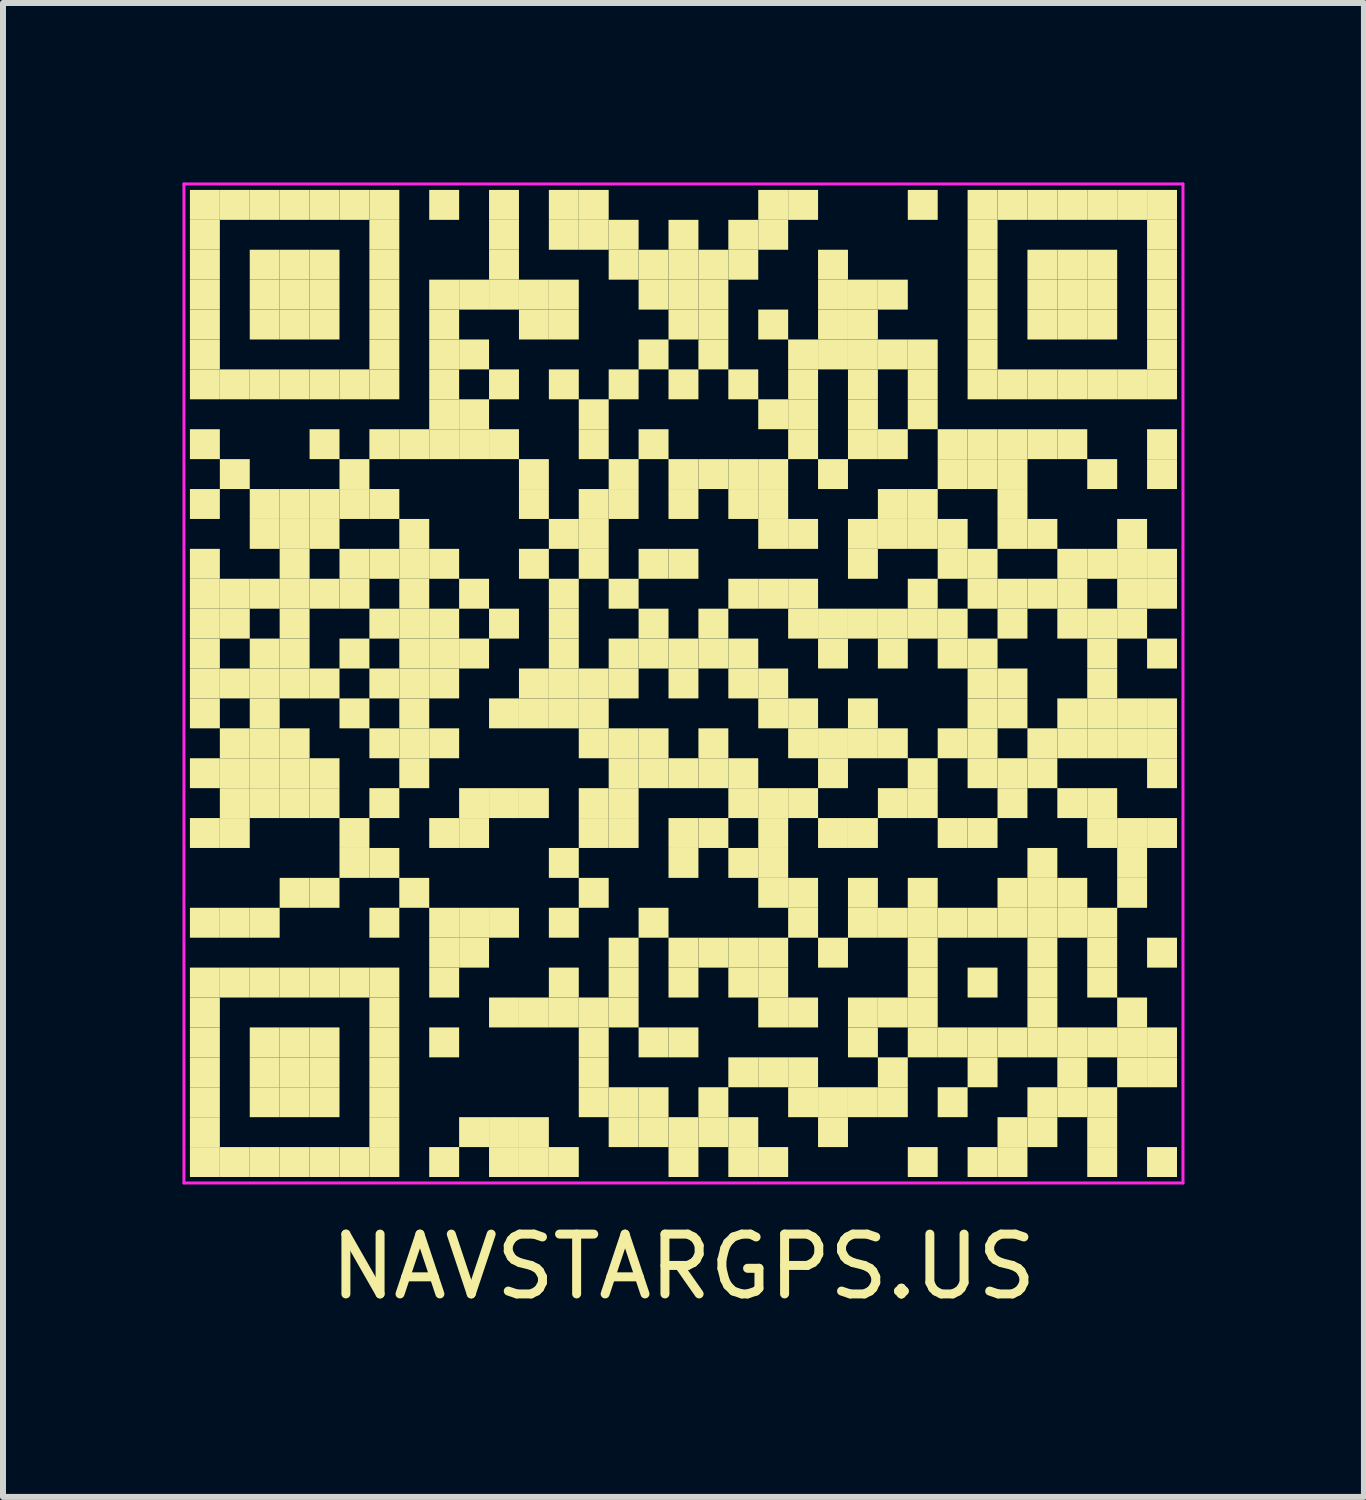
<source format=kicad_pcb>
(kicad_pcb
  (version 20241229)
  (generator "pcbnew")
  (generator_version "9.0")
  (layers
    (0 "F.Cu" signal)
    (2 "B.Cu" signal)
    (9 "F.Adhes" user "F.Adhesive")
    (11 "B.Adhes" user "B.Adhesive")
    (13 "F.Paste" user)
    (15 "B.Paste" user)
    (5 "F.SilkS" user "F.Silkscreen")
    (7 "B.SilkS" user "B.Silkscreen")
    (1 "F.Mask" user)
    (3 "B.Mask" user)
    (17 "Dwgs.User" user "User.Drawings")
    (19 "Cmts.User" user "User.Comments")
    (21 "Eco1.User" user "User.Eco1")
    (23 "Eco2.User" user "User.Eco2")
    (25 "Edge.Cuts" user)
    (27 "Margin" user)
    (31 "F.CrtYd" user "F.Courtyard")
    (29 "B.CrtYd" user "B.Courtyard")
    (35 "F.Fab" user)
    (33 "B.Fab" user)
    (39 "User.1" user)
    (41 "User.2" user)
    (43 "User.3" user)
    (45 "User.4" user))
  (footprint "NAVSTARGPS.US"
    (layer "F.Cu")
    (at 8.375 8.375)
    (property "Reference" "NAVSTARGPS.US" (at 0 9.75 0) (layer "F.SilkS") (effects (font (size 1 1) (thickness 0.15))))
    (fp_rect (start -8.25 -8.25) (end -7.75 -7.75) (stroke (width 0) (type default)) (fill yes) (layer "F.SilkS"))
    (fp_rect (start -8.25 -7.75) (end -7.75 -7.25) (stroke (width 0) (type default)) (fill yes) (layer "F.SilkS"))
    (fp_rect (start -8.25 -7.25) (end -7.75 -6.75) (stroke (width 0) (type default)) (fill yes) (layer "F.SilkS"))
    (fp_rect (start -8.25 -6.75) (end -7.75 -6.25) (stroke (width 0) (type default)) (fill yes) (layer "F.SilkS"))
    (fp_rect (start -8.25 -6.25) (end -7.75 -5.75) (stroke (width 0) (type default)) (fill yes) (layer "F.SilkS"))
    (fp_rect (start -8.25 -5.75) (end -7.75 -5.25) (stroke (width 0) (type default)) (fill yes) (layer "F.SilkS"))
    (fp_rect (start -8.25 -5.25) (end -7.75 -4.75) (stroke (width 0) (type default)) (fill yes) (layer "F.SilkS"))
    (fp_rect (start -8.25 -4.25) (end -7.75 -3.75) (stroke (width 0) (type default)) (fill yes) (layer "F.SilkS"))
    (fp_rect (start -8.25 -3.25) (end -7.75 -2.75) (stroke (width 0) (type default)) (fill yes) (layer "F.SilkS"))
    (fp_rect (start -8.25 -2.25) (end -7.75 -1.75) (stroke (width 0) (type default)) (fill yes) (layer "F.SilkS"))
    (fp_rect (start -8.25 -1.75) (end -7.75 -1.25) (stroke (width 0) (type default)) (fill yes) (layer "F.SilkS"))
    (fp_rect (start -8.25 -1.25) (end -7.75 -0.75) (stroke (width 0) (type default)) (fill yes) (layer "F.SilkS"))
    (fp_rect (start -8.25 -0.75) (end -7.75 -0.25) (stroke (width 0) (type default)) (fill yes) (layer "F.SilkS"))
    (fp_rect (start -8.25 -0.25) (end -7.75 0.25) (stroke (width 0) (type default)) (fill yes) (layer "F.SilkS"))
    (fp_rect (start -8.25 0.25) (end -7.75 0.75) (stroke (width 0) (type default)) (fill yes) (layer "F.SilkS"))
    (fp_rect (start -8.25 1.25) (end -7.75 1.75) (stroke (width 0) (type default)) (fill yes) (layer "F.SilkS"))
    (fp_rect (start -8.25 2.25) (end -7.75 2.75) (stroke (width 0) (type default)) (fill yes) (layer "F.SilkS"))
    (fp_rect (start -8.25 3.75) (end -7.75 4.25) (stroke (width 0) (type default)) (fill yes) (layer "F.SilkS"))
    (fp_rect (start -8.25 4.75) (end -7.75 5.25) (stroke (width 0) (type default)) (fill yes) (layer "F.SilkS"))
    (fp_rect (start -8.25 5.25) (end -7.75 5.75) (stroke (width 0) (type default)) (fill yes) (layer "F.SilkS"))
    (fp_rect (start -8.25 5.75) (end -7.75 6.25) (stroke (width 0) (type default)) (fill yes) (layer "F.SilkS"))
    (fp_rect (start -8.25 6.25) (end -7.75 6.75) (stroke (width 0) (type default)) (fill yes) (layer "F.SilkS"))
    (fp_rect (start -8.25 6.75) (end -7.75 7.25) (stroke (width 0) (type default)) (fill yes) (layer "F.SilkS"))
    (fp_rect (start -8.25 7.25) (end -7.75 7.75) (stroke (width 0) (type default)) (fill yes) (layer "F.SilkS"))
    (fp_rect (start -8.25 7.75) (end -7.75 8.25) (stroke (width 0) (type default)) (fill yes) (layer "F.SilkS"))
    (fp_rect (start -7.75 -8.25) (end -7.25 -7.75) (stroke (width 0) (type default)) (fill yes) (layer "F.SilkS"))
    (fp_rect (start -7.75 -5.25) (end -7.25 -4.75) (stroke (width 0) (type default)) (fill yes) (layer "F.SilkS"))
    (fp_rect (start -7.75 -3.75) (end -7.25 -3.25) (stroke (width 0) (type default)) (fill yes) (layer "F.SilkS"))
    (fp_rect (start -7.75 -1.75) (end -7.25 -1.25) (stroke (width 0) (type default)) (fill yes) (layer "F.SilkS"))
    (fp_rect (start -7.75 -1.25) (end -7.25 -0.75) (stroke (width 0) (type default)) (fill yes) (layer "F.SilkS"))
    (fp_rect (start -7.75 -0.25) (end -7.25 0.25) (stroke (width 0) (type default)) (fill yes) (layer "F.SilkS"))
    (fp_rect (start -7.75 0.75) (end -7.25 1.25) (stroke (width 0) (type default)) (fill yes) (layer "F.SilkS"))
    (fp_rect (start -7.75 1.25) (end -7.25 1.75) (stroke (width 0) (type default)) (fill yes) (layer "F.SilkS"))
    (fp_rect (start -7.75 1.75) (end -7.25 2.25) (stroke (width 0) (type default)) (fill yes) (layer "F.SilkS"))
    (fp_rect (start -7.75 2.25) (end -7.25 2.75) (stroke (width 0) (type default)) (fill yes) (layer "F.SilkS"))
    (fp_rect (start -7.75 3.75) (end -7.25 4.25) (stroke (width 0) (type default)) (fill yes) (layer "F.SilkS"))
    (fp_rect (start -7.75 4.75) (end -7.25 5.25) (stroke (width 0) (type default)) (fill yes) (layer "F.SilkS"))
    (fp_rect (start -7.75 7.75) (end -7.25 8.25) (stroke (width 0) (type default)) (fill yes) (layer "F.SilkS"))
    (fp_rect (start -7.25 -8.25) (end -6.75 -7.75) (stroke (width 0) (type default)) (fill yes) (layer "F.SilkS"))
    (fp_rect (start -7.25 -7.25) (end -6.75 -6.75) (stroke (width 0) (type default)) (fill yes) (layer "F.SilkS"))
    (fp_rect (start -7.25 -6.75) (end -6.75 -6.25) (stroke (width 0) (type default)) (fill yes) (layer "F.SilkS"))
    (fp_rect (start -7.25 -6.25) (end -6.75 -5.75) (stroke (width 0) (type default)) (fill yes) (layer "F.SilkS"))
    (fp_rect (start -7.25 -5.25) (end -6.75 -4.75) (stroke (width 0) (type default)) (fill yes) (layer "F.SilkS"))
    (fp_rect (start -7.25 -3.25) (end -6.75 -2.75) (stroke (width 0) (type default)) (fill yes) (layer "F.SilkS"))
    (fp_rect (start -7.25 -2.75) (end -6.75 -2.25) (stroke (width 0) (type default)) (fill yes) (layer "F.SilkS"))
    (fp_rect (start -7.25 -1.75) (end -6.75 -1.25) (stroke (width 0) (type default)) (fill yes) (layer "F.SilkS"))
    (fp_rect (start -7.25 -0.75) (end -6.75 -0.25) (stroke (width 0) (type default)) (fill yes) (layer "F.SilkS"))
    (fp_rect (start -7.25 -0.25) (end -6.75 0.25) (stroke (width 0) (type default)) (fill yes) (layer "F.SilkS"))
    (fp_rect (start -7.25 0.25) (end -6.75 0.75) (stroke (width 0) (type default)) (fill yes) (layer "F.SilkS"))
    (fp_rect (start -7.25 0.75) (end -6.75 1.25) (stroke (width 0) (type default)) (fill yes) (layer "F.SilkS"))
    (fp_rect (start -7.25 1.25) (end -6.75 1.75) (stroke (width 0) (type default)) (fill yes) (layer "F.SilkS"))
    (fp_rect (start -7.25 1.75) (end -6.75 2.25) (stroke (width 0) (type default)) (fill yes) (layer "F.SilkS"))
    (fp_rect (start -7.25 3.75) (end -6.75 4.25) (stroke (width 0) (type default)) (fill yes) (layer "F.SilkS"))
    (fp_rect (start -7.25 4.75) (end -6.75 5.25) (stroke (width 0) (type default)) (fill yes) (layer "F.SilkS"))
    (fp_rect (start -7.25 5.75) (end -6.75 6.25) (stroke (width 0) (type default)) (fill yes) (layer "F.SilkS"))
    (fp_rect (start -7.25 6.25) (end -6.75 6.75) (stroke (width 0) (type default)) (fill yes) (layer "F.SilkS"))
    (fp_rect (start -7.25 6.75) (end -6.75 7.25) (stroke (width 0) (type default)) (fill yes) (layer "F.SilkS"))
    (fp_rect (start -7.25 7.75) (end -6.75 8.25) (stroke (width 0) (type default)) (fill yes) (layer "F.SilkS"))
    (fp_rect (start -6.75 -8.25) (end -6.25 -7.75) (stroke (width 0) (type default)) (fill yes) (layer "F.SilkS"))
    (fp_rect (start -6.75 -7.25) (end -6.25 -6.75) (stroke (width 0) (type default)) (fill yes) (layer "F.SilkS"))
    (fp_rect (start -6.75 -6.75) (end -6.25 -6.25) (stroke (width 0) (type default)) (fill yes) (layer "F.SilkS"))
    (fp_rect (start -6.75 -6.25) (end -6.25 -5.75) (stroke (width 0) (type default)) (fill yes) (layer "F.SilkS"))
    (fp_rect (start -6.75 -5.25) (end -6.25 -4.75) (stroke (width 0) (type default)) (fill yes) (layer "F.SilkS"))
    (fp_rect (start -6.75 -3.25) (end -6.25 -2.75) (stroke (width 0) (type default)) (fill yes) (layer "F.SilkS"))
    (fp_rect (start -6.75 -2.75) (end -6.25 -2.25) (stroke (width 0) (type default)) (fill yes) (layer "F.SilkS"))
    (fp_rect (start -6.75 -2.25) (end -6.25 -1.75) (stroke (width 0) (type default)) (fill yes) (layer "F.SilkS"))
    (fp_rect (start -6.75 -1.75) (end -6.25 -1.25) (stroke (width 0) (type default)) (fill yes) (layer "F.SilkS"))
    (fp_rect (start -6.75 -1.25) (end -6.25 -0.75) (stroke (width 0) (type default)) (fill yes) (layer "F.SilkS"))
    (fp_rect (start -6.75 -0.75) (end -6.25 -0.25) (stroke (width 0) (type default)) (fill yes) (layer "F.SilkS"))
    (fp_rect (start -6.75 -0.25) (end -6.25 0.25) (stroke (width 0) (type default)) (fill yes) (layer "F.SilkS"))
    (fp_rect (start -6.75 0.75) (end -6.25 1.25) (stroke (width 0) (type default)) (fill yes) (layer "F.SilkS"))
    (fp_rect (start -6.75 1.25) (end -6.25 1.75) (stroke (width 0) (type default)) (fill yes) (layer "F.SilkS"))
    (fp_rect (start -6.75 1.75) (end -6.25 2.25) (stroke (width 0) (type default)) (fill yes) (layer "F.SilkS"))
    (fp_rect (start -6.75 3.25) (end -6.25 3.75) (stroke (width 0) (type default)) (fill yes) (layer "F.SilkS"))
    (fp_rect (start -6.75 4.75) (end -6.25 5.25) (stroke (width 0) (type default)) (fill yes) (layer "F.SilkS"))
    (fp_rect (start -6.75 5.75) (end -6.25 6.25) (stroke (width 0) (type default)) (fill yes) (layer "F.SilkS"))
    (fp_rect (start -6.75 6.25) (end -6.25 6.75) (stroke (width 0) (type default)) (fill yes) (layer "F.SilkS"))
    (fp_rect (start -6.75 6.75) (end -6.25 7.25) (stroke (width 0) (type default)) (fill yes) (layer "F.SilkS"))
    (fp_rect (start -6.75 7.75) (end -6.25 8.25) (stroke (width 0) (type default)) (fill yes) (layer "F.SilkS"))
    (fp_rect (start -6.25 -8.25) (end -5.75 -7.75) (stroke (width 0) (type default)) (fill yes) (layer "F.SilkS"))
    (fp_rect (start -6.25 -7.25) (end -5.75 -6.75) (stroke (width 0) (type default)) (fill yes) (layer "F.SilkS"))
    (fp_rect (start -6.25 -6.75) (end -5.75 -6.25) (stroke (width 0) (type default)) (fill yes) (layer "F.SilkS"))
    (fp_rect (start -6.25 -6.25) (end -5.75 -5.75) (stroke (width 0) (type default)) (fill yes) (layer "F.SilkS"))
    (fp_rect (start -6.25 -5.25) (end -5.75 -4.75) (stroke (width 0) (type default)) (fill yes) (layer "F.SilkS"))
    (fp_rect (start -6.25 -4.25) (end -5.75 -3.75) (stroke (width 0) (type default)) (fill yes) (layer "F.SilkS"))
    (fp_rect (start -6.25 -3.25) (end -5.75 -2.75) (stroke (width 0) (type default)) (fill yes) (layer "F.SilkS"))
    (fp_rect (start -6.25 -2.75) (end -5.75 -2.25) (stroke (width 0) (type default)) (fill yes) (layer "F.SilkS"))
    (fp_rect (start -6.25 -1.75) (end -5.75 -1.25) (stroke (width 0) (type default)) (fill yes) (layer "F.SilkS"))
    (fp_rect (start -6.25 -0.25) (end -5.75 0.25) (stroke (width 0) (type default)) (fill yes) (layer "F.SilkS"))
    (fp_rect (start -6.25 1.25) (end -5.75 1.75) (stroke (width 0) (type default)) (fill yes) (layer "F.SilkS"))
    (fp_rect (start -6.25 1.75) (end -5.75 2.25) (stroke (width 0) (type default)) (fill yes) (layer "F.SilkS"))
    (fp_rect (start -6.25 3.25) (end -5.75 3.75) (stroke (width 0) (type default)) (fill yes) (layer "F.SilkS"))
    (fp_rect (start -6.25 4.75) (end -5.75 5.25) (stroke (width 0) (type default)) (fill yes) (layer "F.SilkS"))
    (fp_rect (start -6.25 5.75) (end -5.75 6.25) (stroke (width 0) (type default)) (fill yes) (layer "F.SilkS"))
    (fp_rect (start -6.25 6.25) (end -5.75 6.75) (stroke (width 0) (type default)) (fill yes) (layer "F.SilkS"))
    (fp_rect (start -6.25 6.75) (end -5.75 7.25) (stroke (width 0) (type default)) (fill yes) (layer "F.SilkS"))
    (fp_rect (start -6.25 7.75) (end -5.75 8.25) (stroke (width 0) (type default)) (fill yes) (layer "F.SilkS"))
    (fp_rect (start -5.75 -8.25) (end -5.25 -7.75) (stroke (width 0) (type default)) (fill yes) (layer "F.SilkS"))
    (fp_rect (start -5.75 -5.25) (end -5.25 -4.75) (stroke (width 0) (type default)) (fill yes) (layer "F.SilkS"))
    (fp_rect (start -5.75 -3.75) (end -5.25 -3.25) (stroke (width 0) (type default)) (fill yes) (layer "F.SilkS"))
    (fp_rect (start -5.75 -3.25) (end -5.25 -2.75) (stroke (width 0) (type default)) (fill yes) (layer "F.SilkS"))
    (fp_rect (start -5.75 -2.25) (end -5.25 -1.75) (stroke (width 0) (type default)) (fill yes) (layer "F.SilkS"))
    (fp_rect (start -5.75 -1.75) (end -5.25 -1.25) (stroke (width 0) (type default)) (fill yes) (layer "F.SilkS"))
    (fp_rect (start -5.75 -0.75) (end -5.25 -0.25) (stroke (width 0) (type default)) (fill yes) (layer "F.SilkS"))
    (fp_rect (start -5.75 0.25) (end -5.25 0.75) (stroke (width 0) (type default)) (fill yes) (layer "F.SilkS"))
    (fp_rect (start -5.75 2.25) (end -5.25 2.75) (stroke (width 0) (type default)) (fill yes) (layer "F.SilkS"))
    (fp_rect (start -5.75 2.75) (end -5.25 3.25) (stroke (width 0) (type default)) (fill yes) (layer "F.SilkS"))
    (fp_rect (start -5.75 4.75) (end -5.25 5.25) (stroke (width 0) (type default)) (fill yes) (layer "F.SilkS"))
    (fp_rect (start -5.75 7.75) (end -5.25 8.25) (stroke (width 0) (type default)) (fill yes) (layer "F.SilkS"))
    (fp_rect (start -5.25 -8.25) (end -4.75 -7.75) (stroke (width 0) (type default)) (fill yes) (layer "F.SilkS"))
    (fp_rect (start -5.25 -7.75) (end -4.75 -7.25) (stroke (width 0) (type default)) (fill yes) (layer "F.SilkS"))
    (fp_rect (start -5.25 -7.25) (end -4.75 -6.75) (stroke (width 0) (type default)) (fill yes) (layer "F.SilkS"))
    (fp_rect (start -5.25 -6.75) (end -4.75 -6.25) (stroke (width 0) (type default)) (fill yes) (layer "F.SilkS"))
    (fp_rect (start -5.25 -6.25) (end -4.75 -5.75) (stroke (width 0) (type default)) (fill yes) (layer "F.SilkS"))
    (fp_rect (start -5.25 -5.75) (end -4.75 -5.25) (stroke (width 0) (type default)) (fill yes) (layer "F.SilkS"))
    (fp_rect (start -5.25 -5.25) (end -4.75 -4.75) (stroke (width 0) (type default)) (fill yes) (layer "F.SilkS"))
    (fp_rect (start -5.25 -4.25) (end -4.75 -3.75) (stroke (width 0) (type default)) (fill yes) (layer "F.SilkS"))
    (fp_rect (start -5.25 -3.25) (end -4.75 -2.75) (stroke (width 0) (type default)) (fill yes) (layer "F.SilkS"))
    (fp_rect (start -5.25 -2.25) (end -4.75 -1.75) (stroke (width 0) (type default)) (fill yes) (layer "F.SilkS"))
    (fp_rect (start -5.25 -1.25) (end -4.75 -0.75) (stroke (width 0) (type default)) (fill yes) (layer "F.SilkS"))
    (fp_rect (start -5.25 -0.25) (end -4.75 0.25) (stroke (width 0) (type default)) (fill yes) (layer "F.SilkS"))
    (fp_rect (start -5.25 0.75) (end -4.75 1.25) (stroke (width 0) (type default)) (fill yes) (layer "F.SilkS"))
    (fp_rect (start -5.25 1.75) (end -4.75 2.25) (stroke (width 0) (type default)) (fill yes) (layer "F.SilkS"))
    (fp_rect (start -5.25 2.75) (end -4.75 3.25) (stroke (width 0) (type default)) (fill yes) (layer "F.SilkS"))
    (fp_rect (start -5.25 3.75) (end -4.75 4.25) (stroke (width 0) (type default)) (fill yes) (layer "F.SilkS"))
    (fp_rect (start -5.25 4.75) (end -4.75 5.25) (stroke (width 0) (type default)) (fill yes) (layer "F.SilkS"))
    (fp_rect (start -5.25 5.25) (end -4.75 5.75) (stroke (width 0) (type default)) (fill yes) (layer "F.SilkS"))
    (fp_rect (start -5.25 5.75) (end -4.75 6.25) (stroke (width 0) (type default)) (fill yes) (layer "F.SilkS"))
    (fp_rect (start -5.25 6.25) (end -4.75 6.75) (stroke (width 0) (type default)) (fill yes) (layer "F.SilkS"))
    (fp_rect (start -5.25 6.75) (end -4.75 7.25) (stroke (width 0) (type default)) (fill yes) (layer "F.SilkS"))
    (fp_rect (start -5.25 7.25) (end -4.75 7.75) (stroke (width 0) (type default)) (fill yes) (layer "F.SilkS"))
    (fp_rect (start -5.25 7.75) (end -4.75 8.25) (stroke (width 0) (type default)) (fill yes) (layer "F.SilkS"))
    (fp_rect (start -4.75 -4.25) (end -4.25 -3.75) (stroke (width 0) (type default)) (fill yes) (layer "F.SilkS"))
    (fp_rect (start -4.75 -2.75) (end -4.25 -2.25) (stroke (width 0) (type default)) (fill yes) (layer "F.SilkS"))
    (fp_rect (start -4.75 -2.25) (end -4.25 -1.75) (stroke (width 0) (type default)) (fill yes) (layer "F.SilkS"))
    (fp_rect (start -4.75 -1.75) (end -4.25 -1.25) (stroke (width 0) (type default)) (fill yes) (layer "F.SilkS"))
    (fp_rect (start -4.75 -1.25) (end -4.25 -0.75) (stroke (width 0) (type default)) (fill yes) (layer "F.SilkS"))
    (fp_rect (start -4.75 -0.75) (end -4.25 -0.25) (stroke (width 0) (type default)) (fill yes) (layer "F.SilkS"))
    (fp_rect (start -4.75 -0.25) (end -4.25 0.25) (stroke (width 0) (type default)) (fill yes) (layer "F.SilkS"))
    (fp_rect (start -4.75 0.25) (end -4.25 0.75) (stroke (width 0) (type default)) (fill yes) (layer "F.SilkS"))
    (fp_rect (start -4.75 0.75) (end -4.25 1.25) (stroke (width 0) (type default)) (fill yes) (layer "F.SilkS"))
    (fp_rect (start -4.75 1.25) (end -4.25 1.75) (stroke (width 0) (type default)) (fill yes) (layer "F.SilkS"))
    (fp_rect (start -4.75 3.25) (end -4.25 3.75) (stroke (width 0) (type default)) (fill yes) (layer "F.SilkS"))
    (fp_rect (start -4.25 -8.25) (end -3.75 -7.75) (stroke (width 0) (type default)) (fill yes) (layer "F.SilkS"))
    (fp_rect (start -4.25 -6.75) (end -3.75 -6.25) (stroke (width 0) (type default)) (fill yes) (layer "F.SilkS"))
    (fp_rect (start -4.25 -6.25) (end -3.75 -5.75) (stroke (width 0) (type default)) (fill yes) (layer "F.SilkS"))
    (fp_rect (start -4.25 -5.75) (end -3.75 -5.25) (stroke (width 0) (type default)) (fill yes) (layer "F.SilkS"))
    (fp_rect (start -4.25 -5.25) (end -3.75 -4.75) (stroke (width 0) (type default)) (fill yes) (layer "F.SilkS"))
    (fp_rect (start -4.25 -4.75) (end -3.75 -4.25) (stroke (width 0) (type default)) (fill yes) (layer "F.SilkS"))
    (fp_rect (start -4.25 -4.25) (end -3.75 -3.75) (stroke (width 0) (type default)) (fill yes) (layer "F.SilkS"))
    (fp_rect (start -4.25 -2.25) (end -3.75 -1.75) (stroke (width 0) (type default)) (fill yes) (layer "F.SilkS"))
    (fp_rect (start -4.25 -1.25) (end -3.75 -0.75) (stroke (width 0) (type default)) (fill yes) (layer "F.SilkS"))
    (fp_rect (start -4.25 -0.75) (end -3.75 -0.25) (stroke (width 0) (type default)) (fill yes) (layer "F.SilkS"))
    (fp_rect (start -4.25 -0.25) (end -3.75 0.25) (stroke (width 0) (type default)) (fill yes) (layer "F.SilkS"))
    (fp_rect (start -4.25 0.75) (end -3.75 1.25) (stroke (width 0) (type default)) (fill yes) (layer "F.SilkS"))
    (fp_rect (start -4.25 2.25) (end -3.75 2.75) (stroke (width 0) (type default)) (fill yes) (layer "F.SilkS"))
    (fp_rect (start -4.25 3.75) (end -3.75 4.25) (stroke (width 0) (type default)) (fill yes) (layer "F.SilkS"))
    (fp_rect (start -4.25 4.25) (end -3.75 4.75) (stroke (width 0) (type default)) (fill yes) (layer "F.SilkS"))
    (fp_rect (start -4.25 4.75) (end -3.75 5.25) (stroke (width 0) (type default)) (fill yes) (layer "F.SilkS"))
    (fp_rect (start -4.25 5.75) (end -3.75 6.25) (stroke (width 0) (type default)) (fill yes) (layer "F.SilkS"))
    (fp_rect (start -4.25 7.75) (end -3.75 8.25) (stroke (width 0) (type default)) (fill yes) (layer "F.SilkS"))
    (fp_rect (start -3.75 -6.75) (end -3.25 -6.25) (stroke (width 0) (type default)) (fill yes) (layer "F.SilkS"))
    (fp_rect (start -3.75 -5.75) (end -3.25 -5.25) (stroke (width 0) (type default)) (fill yes) (layer "F.SilkS"))
    (fp_rect (start -3.75 -4.75) (end -3.25 -4.25) (stroke (width 0) (type default)) (fill yes) (layer "F.SilkS"))
    (fp_rect (start -3.75 -4.25) (end -3.25 -3.75) (stroke (width 0) (type default)) (fill yes) (layer "F.SilkS"))
    (fp_rect (start -3.75 -1.75) (end -3.25 -1.25) (stroke (width 0) (type default)) (fill yes) (layer "F.SilkS"))
    (fp_rect (start -3.75 -0.75) (end -3.25 -0.25) (stroke (width 0) (type default)) (fill yes) (layer "F.SilkS"))
    (fp_rect (start -3.75 1.75) (end -3.25 2.25) (stroke (width 0) (type default)) (fill yes) (layer "F.SilkS"))
    (fp_rect (start -3.75 2.25) (end -3.25 2.75) (stroke (width 0) (type default)) (fill yes) (layer "F.SilkS"))
    (fp_rect (start -3.75 3.75) (end -3.25 4.25) (stroke (width 0) (type default)) (fill yes) (layer "F.SilkS"))
    (fp_rect (start -3.75 4.25) (end -3.25 4.75) (stroke (width 0) (type default)) (fill yes) (layer "F.SilkS"))
    (fp_rect (start -3.75 7.25) (end -3.25 7.75) (stroke (width 0) (type default)) (fill yes) (layer "F.SilkS"))
    (fp_rect (start -3.25 -8.25) (end -2.75 -7.75) (stroke (width 0) (type default)) (fill yes) (layer "F.SilkS"))
    (fp_rect (start -3.25 -7.75) (end -2.75 -7.25) (stroke (width 0) (type default)) (fill yes) (layer "F.SilkS"))
    (fp_rect (start -3.25 -7.25) (end -2.75 -6.75) (stroke (width 0) (type default)) (fill yes) (layer "F.SilkS"))
    (fp_rect (start -3.25 -6.75) (end -2.75 -6.25) (stroke (width 0) (type default)) (fill yes) (layer "F.SilkS"))
    (fp_rect (start -3.25 -5.25) (end -2.75 -4.75) (stroke (width 0) (type default)) (fill yes) (layer "F.SilkS"))
    (fp_rect (start -3.25 -4.25) (end -2.75 -3.75) (stroke (width 0) (type default)) (fill yes) (layer "F.SilkS"))
    (fp_rect (start -3.25 -1.25) (end -2.75 -0.75) (stroke (width 0) (type default)) (fill yes) (layer "F.SilkS"))
    (fp_rect (start -3.25 0.25) (end -2.75 0.75) (stroke (width 0) (type default)) (fill yes) (layer "F.SilkS"))
    (fp_rect (start -3.25 1.75) (end -2.75 2.25) (stroke (width 0) (type default)) (fill yes) (layer "F.SilkS"))
    (fp_rect (start -3.25 3.75) (end -2.75 4.25) (stroke (width 0) (type default)) (fill yes) (layer "F.SilkS"))
    (fp_rect (start -3.25 5.25) (end -2.75 5.75) (stroke (width 0) (type default)) (fill yes) (layer "F.SilkS"))
    (fp_rect (start -3.25 7.25) (end -2.75 7.75) (stroke (width 0) (type default)) (fill yes) (layer "F.SilkS"))
    (fp_rect (start -3.25 7.75) (end -2.75 8.25) (stroke (width 0) (type default)) (fill yes) (layer "F.SilkS"))
    (fp_rect (start -2.75 -6.75) (end -2.25 -6.25) (stroke (width 0) (type default)) (fill yes) (layer "F.SilkS"))
    (fp_rect (start -2.75 -6.25) (end -2.25 -5.75) (stroke (width 0) (type default)) (fill yes) (layer "F.SilkS"))
    (fp_rect (start -2.75 -3.75) (end -2.25 -3.25) (stroke (width 0) (type default)) (fill yes) (layer "F.SilkS"))
    (fp_rect (start -2.75 -3.25) (end -2.25 -2.75) (stroke (width 0) (type default)) (fill yes) (layer "F.SilkS"))
    (fp_rect (start -2.75 -2.25) (end -2.25 -1.75) (stroke (width 0) (type default)) (fill yes) (layer "F.SilkS"))
    (fp_rect (start -2.75 -0.25) (end -2.25 0.25) (stroke (width 0) (type default)) (fill yes) (layer "F.SilkS"))
    (fp_rect (start -2.75 0.25) (end -2.25 0.75) (stroke (width 0) (type default)) (fill yes) (layer "F.SilkS"))
    (fp_rect (start -2.75 1.75) (end -2.25 2.25) (stroke (width 0) (type default)) (fill yes) (layer "F.SilkS"))
    (fp_rect (start -2.75 5.25) (end -2.25 5.75) (stroke (width 0) (type default)) (fill yes) (layer "F.SilkS"))
    (fp_rect (start -2.75 7.25) (end -2.25 7.75) (stroke (width 0) (type default)) (fill yes) (layer "F.SilkS"))
    (fp_rect (start -2.75 7.75) (end -2.25 8.25) (stroke (width 0) (type default)) (fill yes) (layer "F.SilkS"))
    (fp_rect (start -2.25 -8.25) (end -1.75 -7.75) (stroke (width 0) (type default)) (fill yes) (layer "F.SilkS"))
    (fp_rect (start -2.25 -7.75) (end -1.75 -7.25) (stroke (width 0) (type default)) (fill yes) (layer "F.SilkS"))
    (fp_rect (start -2.25 -6.75) (end -1.75 -6.25) (stroke (width 0) (type default)) (fill yes) (layer "F.SilkS"))
    (fp_rect (start -2.25 -6.25) (end -1.75 -5.75) (stroke (width 0) (type default)) (fill yes) (layer "F.SilkS"))
    (fp_rect (start -2.25 -5.25) (end -1.75 -4.75) (stroke (width 0) (type default)) (fill yes) (layer "F.SilkS"))
    (fp_rect (start -2.25 -2.75) (end -1.75 -2.25) (stroke (width 0) (type default)) (fill yes) (layer "F.SilkS"))
    (fp_rect (start -2.25 -1.75) (end -1.75 -1.25) (stroke (width 0) (type default)) (fill yes) (layer "F.SilkS"))
    (fp_rect (start -2.25 -1.25) (end -1.75 -0.75) (stroke (width 0) (type default)) (fill yes) (layer "F.SilkS"))
    (fp_rect (start -2.25 -0.75) (end -1.75 -0.25) (stroke (width 0) (type default)) (fill yes) (layer "F.SilkS"))
    (fp_rect (start -2.25 -0.25) (end -1.75 0.25) (stroke (width 0) (type default)) (fill yes) (layer "F.SilkS"))
    (fp_rect (start -2.25 0.25) (end -1.75 0.75) (stroke (width 0) (type default)) (fill yes) (layer "F.SilkS"))
    (fp_rect (start -2.25 2.75) (end -1.75 3.25) (stroke (width 0) (type default)) (fill yes) (layer "F.SilkS"))
    (fp_rect (start -2.25 3.75) (end -1.75 4.25) (stroke (width 0) (type default)) (fill yes) (layer "F.SilkS"))
    (fp_rect (start -2.25 4.75) (end -1.75 5.25) (stroke (width 0) (type default)) (fill yes) (layer "F.SilkS"))
    (fp_rect (start -2.25 5.25) (end -1.75 5.75) (stroke (width 0) (type default)) (fill yes) (layer "F.SilkS"))
    (fp_rect (start -2.25 7.75) (end -1.75 8.25) (stroke (width 0) (type default)) (fill yes) (layer "F.SilkS"))
    (fp_rect (start -1.75 -8.25) (end -1.25 -7.75) (stroke (width 0) (type default)) (fill yes) (layer "F.SilkS"))
    (fp_rect (start -1.75 -7.75) (end -1.25 -7.25) (stroke (width 0) (type default)) (fill yes) (layer "F.SilkS"))
    (fp_rect (start -1.75 -4.75) (end -1.25 -4.25) (stroke (width 0) (type default)) (fill yes) (layer "F.SilkS"))
    (fp_rect (start -1.75 -4.25) (end -1.25 -3.75) (stroke (width 0) (type default)) (fill yes) (layer "F.SilkS"))
    (fp_rect (start -1.75 -3.25) (end -1.25 -2.75) (stroke (width 0) (type default)) (fill yes) (layer "F.SilkS"))
    (fp_rect (start -1.75 -2.75) (end -1.25 -2.25) (stroke (width 0) (type default)) (fill yes) (layer "F.SilkS"))
    (fp_rect (start -1.75 -2.25) (end -1.25 -1.75) (stroke (width 0) (type default)) (fill yes) (layer "F.SilkS"))
    (fp_rect (start -1.75 -0.25) (end -1.25 0.25) (stroke (width 0) (type default)) (fill yes) (layer "F.SilkS"))
    (fp_rect (start -1.75 0.25) (end -1.25 0.75) (stroke (width 0) (type default)) (fill yes) (layer "F.SilkS"))
    (fp_rect (start -1.75 0.75) (end -1.25 1.25) (stroke (width 0) (type default)) (fill yes) (layer "F.SilkS"))
    (fp_rect (start -1.75 1.75) (end -1.25 2.25) (stroke (width 0) (type default)) (fill yes) (layer "F.SilkS"))
    (fp_rect (start -1.75 2.25) (end -1.25 2.75) (stroke (width 0) (type default)) (fill yes) (layer "F.SilkS"))
    (fp_rect (start -1.75 3.25) (end -1.25 3.75) (stroke (width 0) (type default)) (fill yes) (layer "F.SilkS"))
    (fp_rect (start -1.75 5.25) (end -1.25 5.75) (stroke (width 0) (type default)) (fill yes) (layer "F.SilkS"))
    (fp_rect (start -1.75 5.75) (end -1.25 6.25) (stroke (width 0) (type default)) (fill yes) (layer "F.SilkS"))
    (fp_rect (start -1.75 6.25) (end -1.25 6.75) (stroke (width 0) (type default)) (fill yes) (layer "F.SilkS"))
    (fp_rect (start -1.75 6.75) (end -1.25 7.25) (stroke (width 0) (type default)) (fill yes) (layer "F.SilkS"))
    (fp_rect (start -1.25 -7.75) (end -0.75 -7.25) (stroke (width 0) (type default)) (fill yes) (layer "F.SilkS"))
    (fp_rect (start -1.25 -7.25) (end -0.75 -6.75) (stroke (width 0) (type default)) (fill yes) (layer "F.SilkS"))
    (fp_rect (start -1.25 -5.25) (end -0.75 -4.75) (stroke (width 0) (type default)) (fill yes) (layer "F.SilkS"))
    (fp_rect (start -1.25 -3.75) (end -0.75 -3.25) (stroke (width 0) (type default)) (fill yes) (layer "F.SilkS"))
    (fp_rect (start -1.25 -3.25) (end -0.75 -2.75) (stroke (width 0) (type default)) (fill yes) (layer "F.SilkS"))
    (fp_rect (start -1.25 -1.75) (end -0.75 -1.25) (stroke (width 0) (type default)) (fill yes) (layer "F.SilkS"))
    (fp_rect (start -1.25 -0.75) (end -0.75 -0.25) (stroke (width 0) (type default)) (fill yes) (layer "F.SilkS"))
    (fp_rect (start -1.25 -0.25) (end -0.75 0.25) (stroke (width 0) (type default)) (fill yes) (layer "F.SilkS"))
    (fp_rect (start -1.25 0.75) (end -0.75 1.25) (stroke (width 0) (type default)) (fill yes) (layer "F.SilkS"))
    (fp_rect (start -1.25 1.25) (end -0.75 1.75) (stroke (width 0) (type default)) (fill yes) (layer "F.SilkS"))
    (fp_rect (start -1.25 1.75) (end -0.75 2.25) (stroke (width 0) (type default)) (fill yes) (layer "F.SilkS"))
    (fp_rect (start -1.25 2.25) (end -0.75 2.75) (stroke (width 0) (type default)) (fill yes) (layer "F.SilkS"))
    (fp_rect (start -1.25 4.25) (end -0.75 4.75) (stroke (width 0) (type default)) (fill yes) (layer "F.SilkS"))
    (fp_rect (start -1.25 4.75) (end -0.75 5.25) (stroke (width 0) (type default)) (fill yes) (layer "F.SilkS"))
    (fp_rect (start -1.25 5.25) (end -0.75 5.75) (stroke (width 0) (type default)) (fill yes) (layer "F.SilkS"))
    (fp_rect (start -1.25 6.75) (end -0.75 7.25) (stroke (width 0) (type default)) (fill yes) (layer "F.SilkS"))
    (fp_rect (start -1.25 7.25) (end -0.75 7.75) (stroke (width 0) (type default)) (fill yes) (layer "F.SilkS"))
    (fp_rect (start -0.75 -7.25) (end -0.25 -6.75) (stroke (width 0) (type default)) (fill yes) (layer "F.SilkS"))
    (fp_rect (start -0.75 -6.75) (end -0.25 -6.25) (stroke (width 0) (type default)) (fill yes) (layer "F.SilkS"))
    (fp_rect (start -0.75 -5.75) (end -0.25 -5.25) (stroke (width 0) (type default)) (fill yes) (layer "F.SilkS"))
    (fp_rect (start -0.75 -4.25) (end -0.25 -3.75) (stroke (width 0) (type default)) (fill yes) (layer "F.SilkS"))
    (fp_rect (start -0.75 -2.25) (end -0.25 -1.75) (stroke (width 0) (type default)) (fill yes) (layer "F.SilkS"))
    (fp_rect (start -0.75 -1.25) (end -0.25 -0.75) (stroke (width 0) (type default)) (fill yes) (layer "F.SilkS"))
    (fp_rect (start -0.75 -0.75) (end -0.25 -0.25) (stroke (width 0) (type default)) (fill yes) (layer "F.SilkS"))
    (fp_rect (start -0.75 0.75) (end -0.25 1.25) (stroke (width 0) (type default)) (fill yes) (layer "F.SilkS"))
    (fp_rect (start -0.75 1.25) (end -0.25 1.75) (stroke (width 0) (type default)) (fill yes) (layer "F.SilkS"))
    (fp_rect (start -0.75 3.75) (end -0.25 4.25) (stroke (width 0) (type default)) (fill yes) (layer "F.SilkS"))
    (fp_rect (start -0.75 5.75) (end -0.25 6.25) (stroke (width 0) (type default)) (fill yes) (layer "F.SilkS"))
    (fp_rect (start -0.75 6.75) (end -0.25 7.25) (stroke (width 0) (type default)) (fill yes) (layer "F.SilkS"))
    (fp_rect (start -0.75 7.25) (end -0.25 7.75) (stroke (width 0) (type default)) (fill yes) (layer "F.SilkS"))
    (fp_rect (start -0.25 -7.75) (end 0.25 -7.25) (stroke (width 0) (type default)) (fill yes) (layer "F.SilkS"))
    (fp_rect (start -0.25 -7.25) (end 0.25 -6.75) (stroke (width 0) (type default)) (fill yes) (layer "F.SilkS"))
    (fp_rect (start -0.25 -6.75) (end 0.25 -6.25) (stroke (width 0) (type default)) (fill yes) (layer "F.SilkS"))
    (fp_rect (start -0.25 -6.25) (end 0.25 -5.75) (stroke (width 0) (type default)) (fill yes) (layer "F.SilkS"))
    (fp_rect (start -0.25 -5.25) (end 0.25 -4.75) (stroke (width 0) (type default)) (fill yes) (layer "F.SilkS"))
    (fp_rect (start -0.25 -3.75) (end 0.25 -3.25) (stroke (width 0) (type default)) (fill yes) (layer "F.SilkS"))
    (fp_rect (start -0.25 -3.25) (end 0.25 -2.75) (stroke (width 0) (type default)) (fill yes) (layer "F.SilkS"))
    (fp_rect (start -0.25 -2.25) (end 0.25 -1.75) (stroke (width 0) (type default)) (fill yes) (layer "F.SilkS"))
    (fp_rect (start -0.25 -0.75) (end 0.25 -0.25) (stroke (width 0) (type default)) (fill yes) (layer "F.SilkS"))
    (fp_rect (start -0.25 -0.25) (end 0.25 0.25) (stroke (width 0) (type default)) (fill yes) (layer "F.SilkS"))
    (fp_rect (start -0.25 1.25) (end 0.25 1.75) (stroke (width 0) (type default)) (fill yes) (layer "F.SilkS"))
    (fp_rect (start -0.25 2.25) (end 0.25 2.75) (stroke (width 0) (type default)) (fill yes) (layer "F.SilkS"))
    (fp_rect (start -0.25 2.75) (end 0.25 3.25) (stroke (width 0) (type default)) (fill yes) (layer "F.SilkS"))
    (fp_rect (start -0.25 4.25) (end 0.25 4.75) (stroke (width 0) (type default)) (fill yes) (layer "F.SilkS"))
    (fp_rect (start -0.25 4.75) (end 0.25 5.25) (stroke (width 0) (type default)) (fill yes) (layer "F.SilkS"))
    (fp_rect (start -0.25 5.75) (end 0.25 6.25) (stroke (width 0) (type default)) (fill yes) (layer "F.SilkS"))
    (fp_rect (start -0.25 7.25) (end 0.25 7.75) (stroke (width 0) (type default)) (fill yes) (layer "F.SilkS"))
    (fp_rect (start -0.25 7.75) (end 0.25 8.25) (stroke (width 0) (type default)) (fill yes) (layer "F.SilkS"))
    (fp_rect (start 0.25 -7.25) (end 0.75 -6.75) (stroke (width 0) (type default)) (fill yes) (layer "F.SilkS"))
    (fp_rect (start 0.25 -6.75) (end 0.75 -6.25) (stroke (width 0) (type default)) (fill yes) (layer "F.SilkS"))
    (fp_rect (start 0.25 -6.25) (end 0.75 -5.75) (stroke (width 0) (type default)) (fill yes) (layer "F.SilkS"))
    (fp_rect (start 0.25 -5.75) (end 0.75 -5.25) (stroke (width 0) (type default)) (fill yes) (layer "F.SilkS"))
    (fp_rect (start 0.25 -3.75) (end 0.75 -3.25) (stroke (width 0) (type default)) (fill yes) (layer "F.SilkS"))
    (fp_rect (start 0.25 -1.25) (end 0.75 -0.75) (stroke (width 0) (type default)) (fill yes) (layer "F.SilkS"))
    (fp_rect (start 0.25 -0.75) (end 0.75 -0.25) (stroke (width 0) (type default)) (fill yes) (layer "F.SilkS"))
    (fp_rect (start 0.25 0.75) (end 0.75 1.25) (stroke (width 0) (type default)) (fill yes) (layer "F.SilkS"))
    (fp_rect (start 0.25 1.25) (end 0.75 1.75) (stroke (width 0) (type default)) (fill yes) (layer "F.SilkS"))
    (fp_rect (start 0.25 2.25) (end 0.75 2.75) (stroke (width 0) (type default)) (fill yes) (layer "F.SilkS"))
    (fp_rect (start 0.25 4.25) (end 0.75 4.75) (stroke (width 0) (type default)) (fill yes) (layer "F.SilkS"))
    (fp_rect (start 0.25 6.75) (end 0.75 7.25) (stroke (width 0) (type default)) (fill yes) (layer "F.SilkS"))
    (fp_rect (start 0.25 7.25) (end 0.75 7.75) (stroke (width 0) (type default)) (fill yes) (layer "F.SilkS"))
    (fp_rect (start 0.75 -7.75) (end 1.25 -7.25) (stroke (width 0) (type default)) (fill yes) (layer "F.SilkS"))
    (fp_rect (start 0.75 -7.25) (end 1.25 -6.75) (stroke (width 0) (type default)) (fill yes) (layer "F.SilkS"))
    (fp_rect (start 0.75 -5.25) (end 1.25 -4.75) (stroke (width 0) (type default)) (fill yes) (layer "F.SilkS"))
    (fp_rect (start 0.75 -3.75) (end 1.25 -3.25) (stroke (width 0) (type default)) (fill yes) (layer "F.SilkS"))
    (fp_rect (start 0.75 -3.25) (end 1.25 -2.75) (stroke (width 0) (type default)) (fill yes) (layer "F.SilkS"))
    (fp_rect (start 0.75 -1.75) (end 1.25 -1.25) (stroke (width 0) (type default)) (fill yes) (layer "F.SilkS"))
    (fp_rect (start 0.75 -0.75) (end 1.25 -0.25) (stroke (width 0) (type default)) (fill yes) (layer "F.SilkS"))
    (fp_rect (start 0.75 -0.25) (end 1.25 0.25) (stroke (width 0) (type default)) (fill yes) (layer "F.SilkS"))
    (fp_rect (start 0.75 1.25) (end 1.25 1.75) (stroke (width 0) (type default)) (fill yes) (layer "F.SilkS"))
    (fp_rect (start 0.75 1.75) (end 1.25 2.25) (stroke (width 0) (type default)) (fill yes) (layer "F.SilkS"))
    (fp_rect (start 0.75 2.75) (end 1.25 3.25) (stroke (width 0) (type default)) (fill yes) (layer "F.SilkS"))
    (fp_rect (start 0.75 4.25) (end 1.25 4.75) (stroke (width 0) (type default)) (fill yes) (layer "F.SilkS"))
    (fp_rect (start 0.75 4.75) (end 1.25 5.25) (stroke (width 0) (type default)) (fill yes) (layer "F.SilkS"))
    (fp_rect (start 0.75 6.25) (end 1.25 6.75) (stroke (width 0) (type default)) (fill yes) (layer "F.SilkS"))
    (fp_rect (start 0.75 7.25) (end 1.25 7.75) (stroke (width 0) (type default)) (fill yes) (layer "F.SilkS"))
    (fp_rect (start 0.75 7.75) (end 1.25 8.25) (stroke (width 0) (type default)) (fill yes) (layer "F.SilkS"))
    (fp_rect (start 1.25 -8.25) (end 1.75 -7.75) (stroke (width 0) (type default)) (fill yes) (layer "F.SilkS"))
    (fp_rect (start 1.25 -7.75) (end 1.75 -7.25) (stroke (width 0) (type default)) (fill yes) (layer "F.SilkS"))
    (fp_rect (start 1.25 -6.25) (end 1.75 -5.75) (stroke (width 0) (type default)) (fill yes) (layer "F.SilkS"))
    (fp_rect (start 1.25 -4.75) (end 1.75 -4.25) (stroke (width 0) (type default)) (fill yes) (layer "F.SilkS"))
    (fp_rect (start 1.25 -3.75) (end 1.75 -3.25) (stroke (width 0) (type default)) (fill yes) (layer "F.SilkS"))
    (fp_rect (start 1.25 -3.25) (end 1.75 -2.75) (stroke (width 0) (type default)) (fill yes) (layer "F.SilkS"))
    (fp_rect (start 1.25 -2.75) (end 1.75 -2.25) (stroke (width 0) (type default)) (fill yes) (layer "F.SilkS"))
    (fp_rect (start 1.25 -1.75) (end 1.75 -1.25) (stroke (width 0) (type default)) (fill yes) (layer "F.SilkS"))
    (fp_rect (start 1.25 -0.25) (end 1.75 0.25) (stroke (width 0) (type default)) (fill yes) (layer "F.SilkS"))
    (fp_rect (start 1.25 0.25) (end 1.75 0.75) (stroke (width 0) (type default)) (fill yes) (layer "F.SilkS"))
    (fp_rect (start 1.25 1.75) (end 1.75 2.25) (stroke (width 0) (type default)) (fill yes) (layer "F.SilkS"))
    (fp_rect (start 1.25 2.25) (end 1.75 2.75) (stroke (width 0) (type default)) (fill yes) (layer "F.SilkS"))
    (fp_rect (start 1.25 2.75) (end 1.75 3.25) (stroke (width 0) (type default)) (fill yes) (layer "F.SilkS"))
    (fp_rect (start 1.25 3.25) (end 1.75 3.75) (stroke (width 0) (type default)) (fill yes) (layer "F.SilkS"))
    (fp_rect (start 1.25 4.25) (end 1.75 4.75) (stroke (width 0) (type default)) (fill yes) (layer "F.SilkS"))
    (fp_rect (start 1.25 4.75) (end 1.75 5.25) (stroke (width 0) (type default)) (fill yes) (layer "F.SilkS"))
    (fp_rect (start 1.25 5.25) (end 1.75 5.75) (stroke (width 0) (type default)) (fill yes) (layer "F.SilkS"))
    (fp_rect (start 1.25 6.25) (end 1.75 6.75) (stroke (width 0) (type default)) (fill yes) (layer "F.SilkS"))
    (fp_rect (start 1.25 7.75) (end 1.75 8.25) (stroke (width 0) (type default)) (fill yes) (layer "F.SilkS"))
    (fp_rect (start 1.75 -8.25) (end 2.25 -7.75) (stroke (width 0) (type default)) (fill yes) (layer "F.SilkS"))
    (fp_rect (start 1.75 -5.75) (end 2.25 -5.25) (stroke (width 0) (type default)) (fill yes) (layer "F.SilkS"))
    (fp_rect (start 1.75 -5.25) (end 2.25 -4.75) (stroke (width 0) (type default)) (fill yes) (layer "F.SilkS"))
    (fp_rect (start 1.75 -4.75) (end 2.25 -4.25) (stroke (width 0) (type default)) (fill yes) (layer "F.SilkS"))
    (fp_rect (start 1.75 -4.25) (end 2.25 -3.75) (stroke (width 0) (type default)) (fill yes) (layer "F.SilkS"))
    (fp_rect (start 1.75 -2.75) (end 2.25 -2.25) (stroke (width 0) (type default)) (fill yes) (layer "F.SilkS"))
    (fp_rect (start 1.75 -1.75) (end 2.25 -1.25) (stroke (width 0) (type default)) (fill yes) (layer "F.SilkS"))
    (fp_rect (start 1.75 -1.25) (end 2.25 -0.75) (stroke (width 0) (type default)) (fill yes) (layer "F.SilkS"))
    (fp_rect (start 1.75 0.25) (end 2.25 0.75) (stroke (width 0) (type default)) (fill yes) (layer "F.SilkS"))
    (fp_rect (start 1.75 0.75) (end 2.25 1.25) (stroke (width 0) (type default)) (fill yes) (layer "F.SilkS"))
    (fp_rect (start 1.75 1.75) (end 2.25 2.25) (stroke (width 0) (type default)) (fill yes) (layer "F.SilkS"))
    (fp_rect (start 1.75 3.25) (end 2.25 3.75) (stroke (width 0) (type default)) (fill yes) (layer "F.SilkS"))
    (fp_rect (start 1.75 3.75) (end 2.25 4.25) (stroke (width 0) (type default)) (fill yes) (layer "F.SilkS"))
    (fp_rect (start 1.75 5.25) (end 2.25 5.75) (stroke (width 0) (type default)) (fill yes) (layer "F.SilkS"))
    (fp_rect (start 1.75 6.25) (end 2.25 6.75) (stroke (width 0) (type default)) (fill yes) (layer "F.SilkS"))
    (fp_rect (start 1.75 6.75) (end 2.25 7.25) (stroke (width 0) (type default)) (fill yes) (layer "F.SilkS"))
    (fp_rect (start 2.25 -7.25) (end 2.75 -6.75) (stroke (width 0) (type default)) (fill yes) (layer "F.SilkS"))
    (fp_rect (start 2.25 -6.75) (end 2.75 -6.25) (stroke (width 0) (type default)) (fill yes) (layer "F.SilkS"))
    (fp_rect (start 2.25 -6.25) (end 2.75 -5.75) (stroke (width 0) (type default)) (fill yes) (layer "F.SilkS"))
    (fp_rect (start 2.25 -5.75) (end 2.75 -5.25) (stroke (width 0) (type default)) (fill yes) (layer "F.SilkS"))
    (fp_rect (start 2.25 -3.75) (end 2.75 -3.25) (stroke (width 0) (type default)) (fill yes) (layer "F.SilkS"))
    (fp_rect (start 2.25 -1.25) (end 2.75 -0.75) (stroke (width 0) (type default)) (fill yes) (layer "F.SilkS"))
    (fp_rect (start 2.25 -0.75) (end 2.75 -0.25) (stroke (width 0) (type default)) (fill yes) (layer "F.SilkS"))
    (fp_rect (start 2.25 0.75) (end 2.75 1.25) (stroke (width 0) (type default)) (fill yes) (layer "F.SilkS"))
    (fp_rect (start 2.25 1.25) (end 2.75 1.75) (stroke (width 0) (type default)) (fill yes) (layer "F.SilkS"))
    (fp_rect (start 2.25 2.25) (end 2.75 2.75) (stroke (width 0) (type default)) (fill yes) (layer "F.SilkS"))
    (fp_rect (start 2.25 4.25) (end 2.75 4.75) (stroke (width 0) (type default)) (fill yes) (layer "F.SilkS"))
    (fp_rect (start 2.25 6.75) (end 2.75 7.25) (stroke (width 0) (type default)) (fill yes) (layer "F.SilkS"))
    (fp_rect (start 2.25 7.25) (end 2.75 7.75) (stroke (width 0) (type default)) (fill yes) (layer "F.SilkS"))
    (fp_rect (start 2.75 -6.75) (end 3.25 -6.25) (stroke (width 0) (type default)) (fill yes) (layer "F.SilkS"))
    (fp_rect (start 2.75 -6.25) (end 3.25 -5.75) (stroke (width 0) (type default)) (fill yes) (layer "F.SilkS"))
    (fp_rect (start 2.75 -5.75) (end 3.25 -5.25) (stroke (width 0) (type default)) (fill yes) (layer "F.SilkS"))
    (fp_rect (start 2.75 -5.25) (end 3.25 -4.75) (stroke (width 0) (type default)) (fill yes) (layer "F.SilkS"))
    (fp_rect (start 2.75 -4.75) (end 3.25 -4.25) (stroke (width 0) (type default)) (fill yes) (layer "F.SilkS"))
    (fp_rect (start 2.75 -4.25) (end 3.25 -3.75) (stroke (width 0) (type default)) (fill yes) (layer "F.SilkS"))
    (fp_rect (start 2.75 -2.75) (end 3.25 -2.25) (stroke (width 0) (type default)) (fill yes) (layer "F.SilkS"))
    (fp_rect (start 2.75 -2.25) (end 3.25 -1.75) (stroke (width 0) (type default)) (fill yes) (layer "F.SilkS"))
    (fp_rect (start 2.75 -1.25) (end 3.25 -0.75) (stroke (width 0) (type default)) (fill yes) (layer "F.SilkS"))
    (fp_rect (start 2.75 0.25) (end 3.25 0.75) (stroke (width 0) (type default)) (fill yes) (layer "F.SilkS"))
    (fp_rect (start 2.75 0.75) (end 3.25 1.25) (stroke (width 0) (type default)) (fill yes) (layer "F.SilkS"))
    (fp_rect (start 2.75 2.25) (end 3.25 2.75) (stroke (width 0) (type default)) (fill yes) (layer "F.SilkS"))
    (fp_rect (start 2.75 3.25) (end 3.25 3.75) (stroke (width 0) (type default)) (fill yes) (layer "F.SilkS"))
    (fp_rect (start 2.75 3.75) (end 3.25 4.25) (stroke (width 0) (type default)) (fill yes) (layer "F.SilkS"))
    (fp_rect (start 2.75 5.25) (end 3.25 5.75) (stroke (width 0) (type default)) (fill yes) (layer "F.SilkS"))
    (fp_rect (start 2.75 5.75) (end 3.25 6.25) (stroke (width 0) (type default)) (fill yes) (layer "F.SilkS"))
    (fp_rect (start 2.75 6.75) (end 3.25 7.25) (stroke (width 0) (type default)) (fill yes) (layer "F.SilkS"))
    (fp_rect (start 3.25 -6.75) (end 3.75 -6.25) (stroke (width 0) (type default)) (fill yes) (layer "F.SilkS"))
    (fp_rect (start 3.25 -5.75) (end 3.75 -5.25) (stroke (width 0) (type default)) (fill yes) (layer "F.SilkS"))
    (fp_rect (start 3.25 -4.25) (end 3.75 -3.75) (stroke (width 0) (type default)) (fill yes) (layer "F.SilkS"))
    (fp_rect (start 3.25 -3.25) (end 3.75 -2.75) (stroke (width 0) (type default)) (fill yes) (layer "F.SilkS"))
    (fp_rect (start 3.25 -2.75) (end 3.75 -2.25) (stroke (width 0) (type default)) (fill yes) (layer "F.SilkS"))
    (fp_rect (start 3.25 -1.25) (end 3.75 -0.75) (stroke (width 0) (type default)) (fill yes) (layer "F.SilkS"))
    (fp_rect (start 3.25 -0.75) (end 3.75 -0.25) (stroke (width 0) (type default)) (fill yes) (layer "F.SilkS"))
    (fp_rect (start 3.25 0.75) (end 3.75 1.25) (stroke (width 0) (type default)) (fill yes) (layer "F.SilkS"))
    (fp_rect (start 3.25 1.75) (end 3.75 2.25) (stroke (width 0) (type default)) (fill yes) (layer "F.SilkS"))
    (fp_rect (start 3.25 3.75) (end 3.75 4.25) (stroke (width 0) (type default)) (fill yes) (layer "F.SilkS"))
    (fp_rect (start 3.25 5.25) (end 3.75 5.75) (stroke (width 0) (type default)) (fill yes) (layer "F.SilkS"))
    (fp_rect (start 3.25 6.25) (end 3.75 6.75) (stroke (width 0) (type default)) (fill yes) (layer "F.SilkS"))
    (fp_rect (start 3.25 6.75) (end 3.75 7.25) (stroke (width 0) (type default)) (fill yes) (layer "F.SilkS"))
    (fp_rect (start 3.75 -8.25) (end 4.25 -7.75) (stroke (width 0) (type default)) (fill yes) (layer "F.SilkS"))
    (fp_rect (start 3.75 -5.75) (end 4.25 -5.25) (stroke (width 0) (type default)) (fill yes) (layer "F.SilkS"))
    (fp_rect (start 3.75 -5.25) (end 4.25 -4.75) (stroke (width 0) (type default)) (fill yes) (layer "F.SilkS"))
    (fp_rect (start 3.75 -4.75) (end 4.25 -4.25) (stroke (width 0) (type default)) (fill yes) (layer "F.SilkS"))
    (fp_rect (start 3.75 -3.25) (end 4.25 -2.75) (stroke (width 0) (type default)) (fill yes) (layer "F.SilkS"))
    (fp_rect (start 3.75 -2.75) (end 4.25 -2.25) (stroke (width 0) (type default)) (fill yes) (layer "F.SilkS"))
    (fp_rect (start 3.75 -1.75) (end 4.25 -1.25) (stroke (width 0) (type default)) (fill yes) (layer "F.SilkS"))
    (fp_rect (start 3.75 -1.25) (end 4.25 -0.75) (stroke (width 0) (type default)) (fill yes) (layer "F.SilkS"))
    (fp_rect (start 3.75 1.25) (end 4.25 1.75) (stroke (width 0) (type default)) (fill yes) (layer "F.SilkS"))
    (fp_rect (start 3.75 1.75) (end 4.25 2.25) (stroke (width 0) (type default)) (fill yes) (layer "F.SilkS"))
    (fp_rect (start 3.75 3.25) (end 4.25 3.75) (stroke (width 0) (type default)) (fill yes) (layer "F.SilkS"))
    (fp_rect (start 3.75 3.75) (end 4.25 4.25) (stroke (width 0) (type default)) (fill yes) (layer "F.SilkS"))
    (fp_rect (start 3.75 4.25) (end 4.25 4.75) (stroke (width 0) (type default)) (fill yes) (layer "F.SilkS"))
    (fp_rect (start 3.75 4.75) (end 4.25 5.25) (stroke (width 0) (type default)) (fill yes) (layer "F.SilkS"))
    (fp_rect (start 3.75 5.25) (end 4.25 5.75) (stroke (width 0) (type default)) (fill yes) (layer "F.SilkS"))
    (fp_rect (start 3.75 5.75) (end 4.25 6.25) (stroke (width 0) (type default)) (fill yes) (layer "F.SilkS"))
    (fp_rect (start 3.75 7.75) (end 4.25 8.25) (stroke (width 0) (type default)) (fill yes) (layer "F.SilkS"))
    (fp_rect (start 4.25 -4.25) (end 4.75 -3.75) (stroke (width 0) (type default)) (fill yes) (layer "F.SilkS"))
    (fp_rect (start 4.25 -3.75) (end 4.75 -3.25) (stroke (width 0) (type default)) (fill yes) (layer "F.SilkS"))
    (fp_rect (start 4.25 -2.75) (end 4.75 -2.25) (stroke (width 0) (type default)) (fill yes) (layer "F.SilkS"))
    (fp_rect (start 4.25 -2.25) (end 4.75 -1.75) (stroke (width 0) (type default)) (fill yes) (layer "F.SilkS"))
    (fp_rect (start 4.25 -1.25) (end 4.75 -0.75) (stroke (width 0) (type default)) (fill yes) (layer "F.SilkS"))
    (fp_rect (start 4.25 -0.75) (end 4.75 -0.25) (stroke (width 0) (type default)) (fill yes) (layer "F.SilkS"))
    (fp_rect (start 4.25 0.75) (end 4.75 1.25) (stroke (width 0) (type default)) (fill yes) (layer "F.SilkS"))
    (fp_rect (start 4.25 2.25) (end 4.75 2.75) (stroke (width 0) (type default)) (fill yes) (layer "F.SilkS"))
    (fp_rect (start 4.25 3.75) (end 4.75 4.25) (stroke (width 0) (type default)) (fill yes) (layer "F.SilkS"))
    (fp_rect (start 4.25 5.75) (end 4.75 6.25) (stroke (width 0) (type default)) (fill yes) (layer "F.SilkS"))
    (fp_rect (start 4.25 6.75) (end 4.75 7.25) (stroke (width 0) (type default)) (fill yes) (layer "F.SilkS"))
    (fp_rect (start 4.75 -8.25) (end 5.25 -7.75) (stroke (width 0) (type default)) (fill yes) (layer "F.SilkS"))
    (fp_rect (start 4.75 -7.75) (end 5.25 -7.25) (stroke (width 0) (type default)) (fill yes) (layer "F.SilkS"))
    (fp_rect (start 4.75 -7.25) (end 5.25 -6.75) (stroke (width 0) (type default)) (fill yes) (layer "F.SilkS"))
    (fp_rect (start 4.75 -6.75) (end 5.25 -6.25) (stroke (width 0) (type default)) (fill yes) (layer "F.SilkS"))
    (fp_rect (start 4.75 -6.25) (end 5.25 -5.75) (stroke (width 0) (type default)) (fill yes) (layer "F.SilkS"))
    (fp_rect (start 4.75 -5.75) (end 5.25 -5.25) (stroke (width 0) (type default)) (fill yes) (layer "F.SilkS"))
    (fp_rect (start 4.75 -5.25) (end 5.25 -4.75) (stroke (width 0) (type default)) (fill yes) (layer "F.SilkS"))
    (fp_rect (start 4.75 -4.25) (end 5.25 -3.75) (stroke (width 0) (type default)) (fill yes) (layer "F.SilkS"))
    (fp_rect (start 4.75 -3.75) (end 5.25 -3.25) (stroke (width 0) (type default)) (fill yes) (layer "F.SilkS"))
    (fp_rect (start 4.75 -2.25) (end 5.25 -1.75) (stroke (width 0) (type default)) (fill yes) (layer "F.SilkS"))
    (fp_rect (start 4.75 -1.75) (end 5.25 -1.25) (stroke (width 0) (type default)) (fill yes) (layer "F.SilkS"))
    (fp_rect (start 4.75 -0.75) (end 5.25 -0.25) (stroke (width 0) (type default)) (fill yes) (layer "F.SilkS"))
    (fp_rect (start 4.75 -0.25) (end 5.25 0.25) (stroke (width 0) (type default)) (fill yes) (layer "F.SilkS"))
    (fp_rect (start 4.75 0.25) (end 5.25 0.75) (stroke (width 0) (type default)) (fill yes) (layer "F.SilkS"))
    (fp_rect (start 4.75 0.75) (end 5.25 1.25) (stroke (width 0) (type default)) (fill yes) (layer "F.SilkS"))
    (fp_rect (start 4.75 1.25) (end 5.25 1.75) (stroke (width 0) (type default)) (fill yes) (layer "F.SilkS"))
    (fp_rect (start 4.75 2.25) (end 5.25 2.75) (stroke (width 0) (type default)) (fill yes) (layer "F.SilkS"))
    (fp_rect (start 4.75 3.75) (end 5.25 4.25) (stroke (width 0) (type default)) (fill yes) (layer "F.SilkS"))
    (fp_rect (start 4.75 4.75) (end 5.25 5.25) (stroke (width 0) (type default)) (fill yes) (layer "F.SilkS"))
    (fp_rect (start 4.75 5.75) (end 5.25 6.25) (stroke (width 0) (type default)) (fill yes) (layer "F.SilkS"))
    (fp_rect (start 4.75 6.25) (end 5.25 6.75) (stroke (width 0) (type default)) (fill yes) (layer "F.SilkS"))
    (fp_rect (start 4.75 7.75) (end 5.25 8.25) (stroke (width 0) (type default)) (fill yes) (layer "F.SilkS"))
    (fp_rect (start 5.25 -8.25) (end 5.75 -7.75) (stroke (width 0) (type default)) (fill yes) (layer "F.SilkS"))
    (fp_rect (start 5.25 -5.25) (end 5.75 -4.75) (stroke (width 0) (type default)) (fill yes) (layer "F.SilkS"))
    (fp_rect (start 5.25 -4.25) (end 5.75 -3.75) (stroke (width 0) (type default)) (fill yes) (layer "F.SilkS"))
    (fp_rect (start 5.25 -3.75) (end 5.75 -3.25) (stroke (width 0) (type default)) (fill yes) (layer "F.SilkS"))
    (fp_rect (start 5.25 -3.25) (end 5.75 -2.75) (stroke (width 0) (type default)) (fill yes) (layer "F.SilkS"))
    (fp_rect (start 5.25 -2.75) (end 5.75 -2.25) (stroke (width 0) (type default)) (fill yes) (layer "F.SilkS"))
    (fp_rect (start 5.25 -1.75) (end 5.75 -1.25) (stroke (width 0) (type default)) (fill yes) (layer "F.SilkS"))
    (fp_rect (start 5.25 -1.25) (end 5.75 -0.75) (stroke (width 0) (type default)) (fill yes) (layer "F.SilkS"))
    (fp_rect (start 5.25 -0.25) (end 5.75 0.25) (stroke (width 0) (type default)) (fill yes) (layer "F.SilkS"))
    (fp_rect (start 5.25 0.25) (end 5.75 0.75) (stroke (width 0) (type default)) (fill yes) (layer "F.SilkS"))
    (fp_rect (start 5.25 1.25) (end 5.75 1.75) (stroke (width 0) (type default)) (fill yes) (layer "F.SilkS"))
    (fp_rect (start 5.25 1.75) (end 5.75 2.25) (stroke (width 0) (type default)) (fill yes) (layer "F.SilkS"))
    (fp_rect (start 5.25 3.25) (end 5.75 3.75) (stroke (width 0) (type default)) (fill yes) (layer "F.SilkS"))
    (fp_rect (start 5.25 3.75) (end 5.75 4.25) (stroke (width 0) (type default)) (fill yes) (layer "F.SilkS"))
    (fp_rect (start 5.25 5.75) (end 5.75 6.25) (stroke (width 0) (type default)) (fill yes) (layer "F.SilkS"))
    (fp_rect (start 5.25 7.25) (end 5.75 7.75) (stroke (width 0) (type default)) (fill yes) (layer "F.SilkS"))
    (fp_rect (start 5.25 7.75) (end 5.75 8.25) (stroke (width 0) (type default)) (fill yes) (layer "F.SilkS"))
    (fp_rect (start 5.75 -8.25) (end 6.25 -7.75) (stroke (width 0) (type default)) (fill yes) (layer "F.SilkS"))
    (fp_rect (start 5.75 -7.25) (end 6.25 -6.75) (stroke (width 0) (type default)) (fill yes) (layer "F.SilkS"))
    (fp_rect (start 5.75 -6.75) (end 6.25 -6.25) (stroke (width 0) (type default)) (fill yes) (layer "F.SilkS"))
    (fp_rect (start 5.75 -6.25) (end 6.25 -5.75) (stroke (width 0) (type default)) (fill yes) (layer "F.SilkS"))
    (fp_rect (start 5.75 -5.25) (end 6.25 -4.75) (stroke (width 0) (type default)) (fill yes) (layer "F.SilkS"))
    (fp_rect (start 5.75 -4.25) (end 6.25 -3.75) (stroke (width 0) (type default)) (fill yes) (layer "F.SilkS"))
    (fp_rect (start 5.75 -2.75) (end 6.25 -2.25) (stroke (width 0) (type default)) (fill yes) (layer "F.SilkS"))
    (fp_rect (start 5.75 -1.75) (end 6.25 -1.25) (stroke (width 0) (type default)) (fill yes) (layer "F.SilkS"))
    (fp_rect (start 5.75 0.75) (end 6.25 1.25) (stroke (width 0) (type default)) (fill yes) (layer "F.SilkS"))
    (fp_rect (start 5.75 1.25) (end 6.25 1.75) (stroke (width 0) (type default)) (fill yes) (layer "F.SilkS"))
    (fp_rect (start 5.75 2.75) (end 6.25 3.25) (stroke (width 0) (type default)) (fill yes) (layer "F.SilkS"))
    (fp_rect (start 5.75 3.25) (end 6.25 3.75) (stroke (width 0) (type default)) (fill yes) (layer "F.SilkS"))
    (fp_rect (start 5.75 3.75) (end 6.25 4.25) (stroke (width 0) (type default)) (fill yes) (layer "F.SilkS"))
    (fp_rect (start 5.75 4.25) (end 6.25 4.75) (stroke (width 0) (type default)) (fill yes) (layer "F.SilkS"))
    (fp_rect (start 5.75 4.75) (end 6.25 5.25) (stroke (width 0) (type default)) (fill yes) (layer "F.SilkS"))
    (fp_rect (start 5.75 5.25) (end 6.25 5.75) (stroke (width 0) (type default)) (fill yes) (layer "F.SilkS"))
    (fp_rect (start 5.75 5.75) (end 6.25 6.25) (stroke (width 0) (type default)) (fill yes) (layer "F.SilkS"))
    (fp_rect (start 5.75 6.75) (end 6.25 7.25) (stroke (width 0) (type default)) (fill yes) (layer "F.SilkS"))
    (fp_rect (start 5.75 7.25) (end 6.25 7.75) (stroke (width 0) (type default)) (fill yes) (layer "F.SilkS"))
    (fp_rect (start 6.25 -8.25) (end 6.75 -7.75) (stroke (width 0) (type default)) (fill yes) (layer "F.SilkS"))
    (fp_rect (start 6.25 -7.25) (end 6.75 -6.75) (stroke (width 0) (type default)) (fill yes) (layer "F.SilkS"))
    (fp_rect (start 6.25 -6.75) (end 6.75 -6.25) (stroke (width 0) (type default)) (fill yes) (layer "F.SilkS"))
    (fp_rect (start 6.25 -6.25) (end 6.75 -5.75) (stroke (width 0) (type default)) (fill yes) (layer "F.SilkS"))
    (fp_rect (start 6.25 -5.25) (end 6.75 -4.75) (stroke (width 0) (type default)) (fill yes) (layer "F.SilkS"))
    (fp_rect (start 6.25 -4.25) (end 6.75 -3.75) (stroke (width 0) (type default)) (fill yes) (layer "F.SilkS"))
    (fp_rect (start 6.25 -2.25) (end 6.75 -1.75) (stroke (width 0) (type default)) (fill yes) (layer "F.SilkS"))
    (fp_rect (start 6.25 -1.75) (end 6.75 -1.25) (stroke (width 0) (type default)) (fill yes) (layer "F.SilkS"))
    (fp_rect (start 6.25 -1.25) (end 6.75 -0.75) (stroke (width 0) (type default)) (fill yes) (layer "F.SilkS"))
    (fp_rect (start 6.25 0.25) (end 6.75 0.75) (stroke (width 0) (type default)) (fill yes) (layer "F.SilkS"))
    (fp_rect (start 6.25 0.75) (end 6.75 1.25) (stroke (width 0) (type default)) (fill yes) (layer "F.SilkS"))
    (fp_rect (start 6.25 1.75) (end 6.75 2.25) (stroke (width 0) (type default)) (fill yes) (layer "F.SilkS"))
    (fp_rect (start 6.25 3.25) (end 6.75 3.75) (stroke (width 0) (type default)) (fill yes) (layer "F.SilkS"))
    (fp_rect (start 6.25 3.75) (end 6.75 4.25) (stroke (width 0) (type default)) (fill yes) (layer "F.SilkS"))
    (fp_rect (start 6.25 5.75) (end 6.75 6.25) (stroke (width 0) (type default)) (fill yes) (layer "F.SilkS"))
    (fp_rect (start 6.25 6.25) (end 6.75 6.75) (stroke (width 0) (type default)) (fill yes) (layer "F.SilkS"))
    (fp_rect (start 6.25 6.75) (end 6.75 7.25) (stroke (width 0) (type default)) (fill yes) (layer "F.SilkS"))
    (fp_rect (start 6.75 -8.25) (end 7.25 -7.75) (stroke (width 0) (type default)) (fill yes) (layer "F.SilkS"))
    (fp_rect (start 6.75 -7.25) (end 7.25 -6.75) (stroke (width 0) (type default)) (fill yes) (layer "F.SilkS"))
    (fp_rect (start 6.75 -6.75) (end 7.25 -6.25) (stroke (width 0) (type default)) (fill yes) (layer "F.SilkS"))
    (fp_rect (start 6.75 -6.25) (end 7.25 -5.75) (stroke (width 0) (type default)) (fill yes) (layer "F.SilkS"))
    (fp_rect (start 6.75 -5.25) (end 7.25 -4.75) (stroke (width 0) (type default)) (fill yes) (layer "F.SilkS"))
    (fp_rect (start 6.75 -3.75) (end 7.25 -3.25) (stroke (width 0) (type default)) (fill yes) (layer "F.SilkS"))
    (fp_rect (start 6.75 -2.25) (end 7.25 -1.75) (stroke (width 0) (type default)) (fill yes) (layer "F.SilkS"))
    (fp_rect (start 6.75 -1.25) (end 7.25 -0.75) (stroke (width 0) (type default)) (fill yes) (layer "F.SilkS"))
    (fp_rect (start 6.75 -0.75) (end 7.25 -0.25) (stroke (width 0) (type default)) (fill yes) (layer "F.SilkS"))
    (fp_rect (start 6.75 -0.25) (end 7.25 0.25) (stroke (width 0) (type default)) (fill yes) (layer "F.SilkS"))
    (fp_rect (start 6.75 0.25) (end 7.25 0.75) (stroke (width 0) (type default)) (fill yes) (layer "F.SilkS"))
    (fp_rect (start 6.75 0.75) (end 7.25 1.25) (stroke (width 0) (type default)) (fill yes) (layer "F.SilkS"))
    (fp_rect (start 6.75 1.75) (end 7.25 2.25) (stroke (width 0) (type default)) (fill yes) (layer "F.SilkS"))
    (fp_rect (start 6.75 2.25) (end 7.25 2.75) (stroke (width 0) (type default)) (fill yes) (layer "F.SilkS"))
    (fp_rect (start 6.75 3.75) (end 7.25 4.25) (stroke (width 0) (type default)) (fill yes) (layer "F.SilkS"))
    (fp_rect (start 6.75 4.25) (end 7.25 4.75) (stroke (width 0) (type default)) (fill yes) (layer "F.SilkS"))
    (fp_rect (start 6.75 4.75) (end 7.25 5.25) (stroke (width 0) (type default)) (fill yes) (layer "F.SilkS"))
    (fp_rect (start 6.75 5.75) (end 7.25 6.25) (stroke (width 0) (type default)) (fill yes) (layer "F.SilkS"))
    (fp_rect (start 6.75 6.75) (end 7.25 7.25) (stroke (width 0) (type default)) (fill yes) (layer "F.SilkS"))
    (fp_rect (start 6.75 7.25) (end 7.25 7.75) (stroke (width 0) (type default)) (fill yes) (layer "F.SilkS"))
    (fp_rect (start 6.75 7.75) (end 7.25 8.25) (stroke (width 0) (type default)) (fill yes) (layer "F.SilkS"))
    (fp_rect (start 7.25 -8.25) (end 7.75 -7.75) (stroke (width 0) (type default)) (fill yes) (layer "F.SilkS"))
    (fp_rect (start 7.25 -5.25) (end 7.75 -4.75) (stroke (width 0) (type default)) (fill yes) (layer "F.SilkS"))
    (fp_rect (start 7.25 -2.75) (end 7.75 -2.25) (stroke (width 0) (type default)) (fill yes) (layer "F.SilkS"))
    (fp_rect (start 7.25 -2.25) (end 7.75 -1.75) (stroke (width 0) (type default)) (fill yes) (layer "F.SilkS"))
    (fp_rect (start 7.25 -1.75) (end 7.75 -1.25) (stroke (width 0) (type default)) (fill yes) (layer "F.SilkS"))
    (fp_rect (start 7.25 -1.25) (end 7.75 -0.75) (stroke (width 0) (type default)) (fill yes) (layer "F.SilkS"))
    (fp_rect (start 7.25 0.25) (end 7.75 0.75) (stroke (width 0) (type default)) (fill yes) (layer "F.SilkS"))
    (fp_rect (start 7.25 0.75) (end 7.75 1.25) (stroke (width 0) (type default)) (fill yes) (layer "F.SilkS"))
    (fp_rect (start 7.25 2.25) (end 7.75 2.75) (stroke (width 0) (type default)) (fill yes) (layer "F.SilkS"))
    (fp_rect (start 7.25 2.75) (end 7.75 3.25) (stroke (width 0) (type default)) (fill yes) (layer "F.SilkS"))
    (fp_rect (start 7.25 3.25) (end 7.75 3.75) (stroke (width 0) (type default)) (fill yes) (layer "F.SilkS"))
    (fp_rect (start 7.25 5.25) (end 7.75 5.75) (stroke (width 0) (type default)) (fill yes) (layer "F.SilkS"))
    (fp_rect (start 7.25 5.75) (end 7.75 6.25) (stroke (width 0) (type default)) (fill yes) (layer "F.SilkS"))
    (fp_rect (start 7.25 6.25) (end 7.75 6.75) (stroke (width 0) (type default)) (fill yes) (layer "F.SilkS"))
    (fp_rect (start 7.75 -8.25) (end 8.25 -7.75) (stroke (width 0) (type default)) (fill yes) (layer "F.SilkS"))
    (fp_rect (start 7.75 -7.75) (end 8.25 -7.25) (stroke (width 0) (type default)) (fill yes) (layer "F.SilkS"))
    (fp_rect (start 7.75 -7.25) (end 8.25 -6.75) (stroke (width 0) (type default)) (fill yes) (layer "F.SilkS"))
    (fp_rect (start 7.75 -6.75) (end 8.25 -6.25) (stroke (width 0) (type default)) (fill yes) (layer "F.SilkS"))
    (fp_rect (start 7.75 -6.25) (end 8.25 -5.75) (stroke (width 0) (type default)) (fill yes) (layer "F.SilkS"))
    (fp_rect (start 7.75 -5.75) (end 8.25 -5.25) (stroke (width 0) (type default)) (fill yes) (layer "F.SilkS"))
    (fp_rect (start 7.75 -5.25) (end 8.25 -4.75) (stroke (width 0) (type default)) (fill yes) (layer "F.SilkS"))
    (fp_rect (start 7.75 -4.25) (end 8.25 -3.75) (stroke (width 0) (type default)) (fill yes) (layer "F.SilkS"))
    (fp_rect (start 7.75 -3.75) (end 8.25 -3.25) (stroke (width 0) (type default)) (fill yes) (layer "F.SilkS"))
    (fp_rect (start 7.75 -2.25) (end 8.25 -1.75) (stroke (width 0) (type default)) (fill yes) (layer "F.SilkS"))
    (fp_rect (start 7.75 -1.75) (end 8.25 -1.25) (stroke (width 0) (type default)) (fill yes) (layer "F.SilkS"))
    (fp_rect (start 7.75 -0.75) (end 8.25 -0.25) (stroke (width 0) (type default)) (fill yes) (layer "F.SilkS"))
    (fp_rect (start 7.75 0.25) (end 8.25 0.75) (stroke (width 0) (type default)) (fill yes) (layer "F.SilkS"))
    (fp_rect (start 7.75 0.75) (end 8.25 1.25) (stroke (width 0) (type default)) (fill yes) (layer "F.SilkS"))
    (fp_rect (start 7.75 1.25) (end 8.25 1.75) (stroke (width 0) (type default)) (fill yes) (layer "F.SilkS"))
    (fp_rect (start 7.75 2.25) (end 8.25 2.75) (stroke (width 0) (type default)) (fill yes) (layer "F.SilkS"))
    (fp_rect (start 7.75 4.25) (end 8.25 4.75) (stroke (width 0) (type default)) (fill yes) (layer "F.SilkS"))
    (fp_rect (start 7.75 5.75) (end 8.25 6.25) (stroke (width 0) (type default)) (fill yes) (layer "F.SilkS"))
    (fp_rect (start 7.75 6.25) (end 8.25 6.75) (stroke (width 0) (type default)) (fill yes) (layer "F.SilkS"))
    (fp_rect (start 7.75 7.75) (end 8.25 8.25) (stroke (width 0) (type default)) (fill yes) (layer "F.SilkS"))
    (fp_line (start -8.35 -8.35) (end 8.35 -8.35) (stroke (width 0.05) (type default)) (layer "F.CrtYd"))
    (fp_line (start -8.35 8.35) (end -8.35 -8.35) (stroke (width 0.05) (type default)) (layer "F.CrtYd"))
    (fp_line (start 8.35 -8.35) (end 8.35 8.35) (stroke (width 0.05) (type default)) (layer "F.CrtYd"))
    (fp_line (start 8.35 8.35) (end -8.35 8.35) (stroke (width 0.05) (type default)) (layer "F.CrtYd")))
  (gr_rect
    (start -3 -3)
    (end 19.75 21.973)
    (stroke (width 0.1) (type default))
    (fill no)
    (layer "Edge.Cuts")))
</source>
